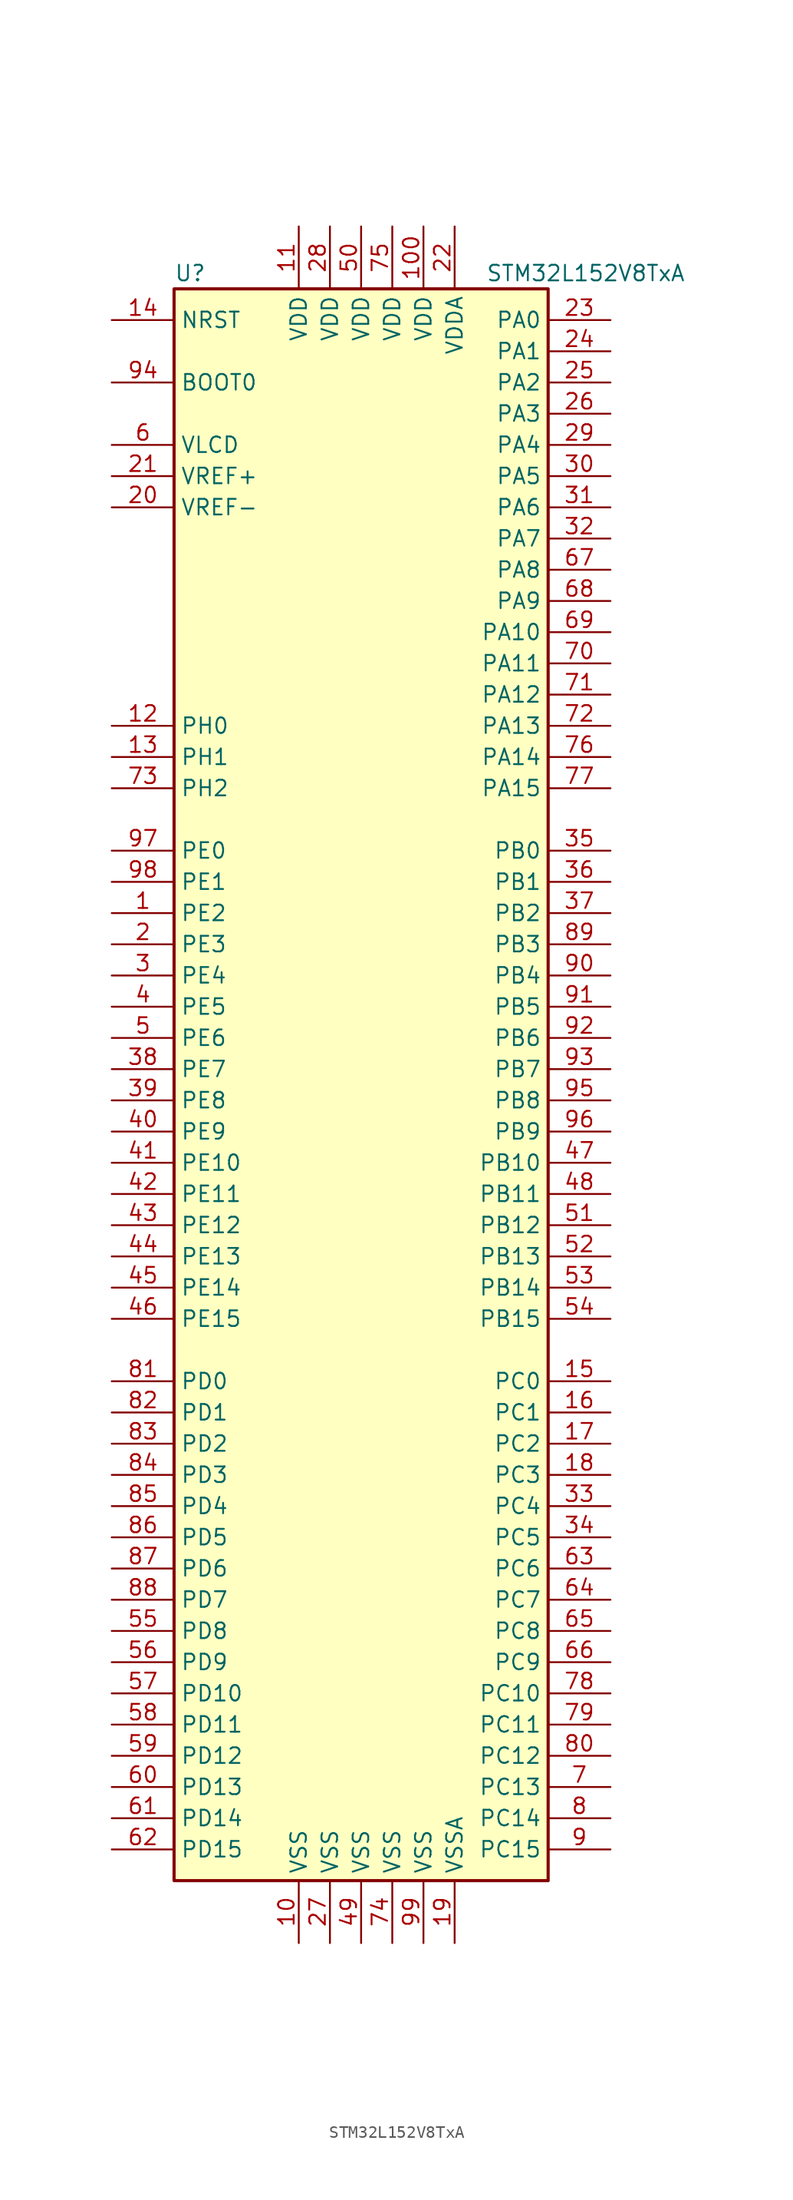
<source format=kicad_sym>
(kicad_symbol_lib
  (version 20201005)
  (generator kicad_symbol_editor)
  (symbol "STM32L152V8TxA"
    (property "Reference" "U"
      (at -15.24 64.77 0)
      (effects (font (size 1.27 1.27)) (justify left)))
    (property "Value" "STM32L152V8TxA"
      (at 10.16 64.77 0)
      (effects (font (size 1.27 1.27)) (justify left)))
    (symbol "STM32L152V8TxA_0_1"
      (rectangle (start -15.24 -66.04) (end 15.24 63.5) (stroke (width 0.254)) (fill (type background))))
    (symbol "STM32L152V8TxA_1_1"
      (pin input line (at -20.32 55.88 0) (length 5.08) (name "BOOT0" (effects (font (size 1.27 1.27)))) (number "94" (effects (font (size 1.27 1.27)))))
      (pin input line (at -20.32 60.96 0) (length 5.08) (name "NRST" (effects (font (size 1.27 1.27)))) (number "14" (effects (font (size 1.27 1.27)))))
      (pin bidirectional line (at 20.32 60.96 180) (length 5.08) (name "PA0" (effects (font (size 1.27 1.27)))) (number "23" (effects (font (size 1.27 1.27)))))
      (pin bidirectional line (at 20.32 58.42 180) (length 5.08) (name "PA1" (effects (font (size 1.27 1.27)))) (number "24" (effects (font (size 1.27 1.27)))))
      (pin bidirectional line (at 20.32 35.56 180) (length 5.08) (name "PA10" (effects (font (size 1.27 1.27)))) (number "69" (effects (font (size 1.27 1.27)))))
      (pin bidirectional line (at 20.32 33.02 180) (length 5.08) (name "PA11" (effects (font (size 1.27 1.27)))) (number "70" (effects (font (size 1.27 1.27)))))
      (pin bidirectional line (at 20.32 30.48 180) (length 5.08) (name "PA12" (effects (font (size 1.27 1.27)))) (number "71" (effects (font (size 1.27 1.27)))))
      (pin bidirectional line (at 20.32 27.94 180) (length 5.08) (name "PA13" (effects (font (size 1.27 1.27)))) (number "72" (effects (font (size 1.27 1.27)))))
      (pin bidirectional line (at 20.32 25.4 180) (length 5.08) (name "PA14" (effects (font (size 1.27 1.27)))) (number "76" (effects (font (size 1.27 1.27)))))
      (pin bidirectional line (at 20.32 22.86 180) (length 5.08) (name "PA15" (effects (font (size 1.27 1.27)))) (number "77" (effects (font (size 1.27 1.27)))))
      (pin bidirectional line (at 20.32 55.88 180) (length 5.08) (name "PA2" (effects (font (size 1.27 1.27)))) (number "25" (effects (font (size 1.27 1.27)))))
      (pin bidirectional line (at 20.32 53.34 180) (length 5.08) (name "PA3" (effects (font (size 1.27 1.27)))) (number "26" (effects (font (size 1.27 1.27)))))
      (pin bidirectional line (at 20.32 50.8 180) (length 5.08) (name "PA4" (effects (font (size 1.27 1.27)))) (number "29" (effects (font (size 1.27 1.27)))))
      (pin bidirectional line (at 20.32 48.26 180) (length 5.08) (name "PA5" (effects (font (size 1.27 1.27)))) (number "30" (effects (font (size 1.27 1.27)))))
      (pin bidirectional line (at 20.32 45.72 180) (length 5.08) (name "PA6" (effects (font (size 1.27 1.27)))) (number "31" (effects (font (size 1.27 1.27)))))
      (pin bidirectional line (at 20.32 43.18 180) (length 5.08) (name "PA7" (effects (font (size 1.27 1.27)))) (number "32" (effects (font (size 1.27 1.27)))))
      (pin bidirectional line (at 20.32 40.64 180) (length 5.08) (name "PA8" (effects (font (size 1.27 1.27)))) (number "67" (effects (font (size 1.27 1.27)))))
      (pin bidirectional line (at 20.32 38.1 180) (length 5.08) (name "PA9" (effects (font (size 1.27 1.27)))) (number "68" (effects (font (size 1.27 1.27)))))
      (pin bidirectional line (at 20.32 17.78 180) (length 5.08) (name "PB0" (effects (font (size 1.27 1.27)))) (number "35" (effects (font (size 1.27 1.27)))))
      (pin bidirectional line (at 20.32 15.24 180) (length 5.08) (name "PB1" (effects (font (size 1.27 1.27)))) (number "36" (effects (font (size 1.27 1.27)))))
      (pin bidirectional line (at 20.32 -7.62 180) (length 5.08) (name "PB10" (effects (font (size 1.27 1.27)))) (number "47" (effects (font (size 1.27 1.27)))))
      (pin bidirectional line (at 20.32 -10.16 180) (length 5.08) (name "PB11" (effects (font (size 1.27 1.27)))) (number "48" (effects (font (size 1.27 1.27)))))
      (pin bidirectional line (at 20.32 -12.7 180) (length 5.08) (name "PB12" (effects (font (size 1.27 1.27)))) (number "51" (effects (font (size 1.27 1.27)))))
      (pin bidirectional line (at 20.32 -15.24 180) (length 5.08) (name "PB13" (effects (font (size 1.27 1.27)))) (number "52" (effects (font (size 1.27 1.27)))))
      (pin bidirectional line (at 20.32 -17.78 180) (length 5.08) (name "PB14" (effects (font (size 1.27 1.27)))) (number "53" (effects (font (size 1.27 1.27)))))
      (pin bidirectional line (at 20.32 -20.32 180) (length 5.08) (name "PB15" (effects (font (size 1.27 1.27)))) (number "54" (effects (font (size 1.27 1.27)))))
      (pin bidirectional line (at 20.32 12.7 180) (length 5.08) (name "PB2" (effects (font (size 1.27 1.27)))) (number "37" (effects (font (size 1.27 1.27)))))
      (pin bidirectional line (at 20.32 10.16 180) (length 5.08) (name "PB3" (effects (font (size 1.27 1.27)))) (number "89" (effects (font (size 1.27 1.27)))))
      (pin bidirectional line (at 20.32 7.62 180) (length 5.08) (name "PB4" (effects (font (size 1.27 1.27)))) (number "90" (effects (font (size 1.27 1.27)))))
      (pin bidirectional line (at 20.32 5.08 180) (length 5.08) (name "PB5" (effects (font (size 1.27 1.27)))) (number "91" (effects (font (size 1.27 1.27)))))
      (pin bidirectional line (at 20.32 2.54 180) (length 5.08) (name "PB6" (effects (font (size 1.27 1.27)))) (number "92" (effects (font (size 1.27 1.27)))))
      (pin bidirectional line (at 20.32 0 180) (length 5.08) (name "PB7" (effects (font (size 1.27 1.27)))) (number "93" (effects (font (size 1.27 1.27)))))
      (pin bidirectional line (at 20.32 -2.54 180) (length 5.08) (name "PB8" (effects (font (size 1.27 1.27)))) (number "95" (effects (font (size 1.27 1.27)))))
      (pin bidirectional line (at 20.32 -5.08 180) (length 5.08) (name "PB9" (effects (font (size 1.27 1.27)))) (number "96" (effects (font (size 1.27 1.27)))))
      (pin bidirectional line (at 20.32 -25.4 180) (length 5.08) (name "PC0" (effects (font (size 1.27 1.27)))) (number "15" (effects (font (size 1.27 1.27)))))
      (pin bidirectional line (at 20.32 -27.94 180) (length 5.08) (name "PC1" (effects (font (size 1.27 1.27)))) (number "16" (effects (font (size 1.27 1.27)))))
      (pin bidirectional line (at 20.32 -50.8 180) (length 5.08) (name "PC10" (effects (font (size 1.27 1.27)))) (number "78" (effects (font (size 1.27 1.27)))))
      (pin bidirectional line (at 20.32 -53.34 180) (length 5.08) (name "PC11" (effects (font (size 1.27 1.27)))) (number "79" (effects (font (size 1.27 1.27)))))
      (pin bidirectional line (at 20.32 -55.88 180) (length 5.08) (name "PC12" (effects (font (size 1.27 1.27)))) (number "80" (effects (font (size 1.27 1.27)))))
      (pin bidirectional line (at 20.32 -58.42 180) (length 5.08) (name "PC13" (effects (font (size 1.27 1.27)))) (number "7" (effects (font (size 1.27 1.27)))))
      (pin bidirectional line (at 20.32 -60.96 180) (length 5.08) (name "PC14" (effects (font (size 1.27 1.27)))) (number "8" (effects (font (size 1.27 1.27)))))
      (pin bidirectional line (at 20.32 -63.5 180) (length 5.08) (name "PC15" (effects (font (size 1.27 1.27)))) (number "9" (effects (font (size 1.27 1.27)))))
      (pin bidirectional line (at 20.32 -30.48 180) (length 5.08) (name "PC2" (effects (font (size 1.27 1.27)))) (number "17" (effects (font (size 1.27 1.27)))))
      (pin bidirectional line (at 20.32 -33.02 180) (length 5.08) (name "PC3" (effects (font (size 1.27 1.27)))) (number "18" (effects (font (size 1.27 1.27)))))
      (pin bidirectional line (at 20.32 -35.56 180) (length 5.08) (name "PC4" (effects (font (size 1.27 1.27)))) (number "33" (effects (font (size 1.27 1.27)))))
      (pin bidirectional line (at 20.32 -38.1 180) (length 5.08) (name "PC5" (effects (font (size 1.27 1.27)))) (number "34" (effects (font (size 1.27 1.27)))))
      (pin bidirectional line (at 20.32 -40.64 180) (length 5.08) (name "PC6" (effects (font (size 1.27 1.27)))) (number "63" (effects (font (size 1.27 1.27)))))
      (pin bidirectional line (at 20.32 -43.18 180) (length 5.08) (name "PC7" (effects (font (size 1.27 1.27)))) (number "64" (effects (font (size 1.27 1.27)))))
      (pin bidirectional line (at 20.32 -45.72 180) (length 5.08) (name "PC8" (effects (font (size 1.27 1.27)))) (number "65" (effects (font (size 1.27 1.27)))))
      (pin bidirectional line (at 20.32 -48.26 180) (length 5.08) (name "PC9" (effects (font (size 1.27 1.27)))) (number "66" (effects (font (size 1.27 1.27)))))
      (pin bidirectional line (at -20.32 -25.4 0) (length 5.08) (name "PD0" (effects (font (size 1.27 1.27)))) (number "81" (effects (font (size 1.27 1.27)))))
      (pin bidirectional line (at -20.32 -27.94 0) (length 5.08) (name "PD1" (effects (font (size 1.27 1.27)))) (number "82" (effects (font (size 1.27 1.27)))))
      (pin bidirectional line (at -20.32 -50.8 0) (length 5.08) (name "PD10" (effects (font (size 1.27 1.27)))) (number "57" (effects (font (size 1.27 1.27)))))
      (pin bidirectional line (at -20.32 -53.34 0) (length 5.08) (name "PD11" (effects (font (size 1.27 1.27)))) (number "58" (effects (font (size 1.27 1.27)))))
      (pin bidirectional line (at -20.32 -55.88 0) (length 5.08) (name "PD12" (effects (font (size 1.27 1.27)))) (number "59" (effects (font (size 1.27 1.27)))))
      (pin bidirectional line (at -20.32 -58.42 0) (length 5.08) (name "PD13" (effects (font (size 1.27 1.27)))) (number "60" (effects (font (size 1.27 1.27)))))
      (pin bidirectional line (at -20.32 -60.96 0) (length 5.08) (name "PD14" (effects (font (size 1.27 1.27)))) (number "61" (effects (font (size 1.27 1.27)))))
      (pin bidirectional line (at -20.32 -63.5 0) (length 5.08) (name "PD15" (effects (font (size 1.27 1.27)))) (number "62" (effects (font (size 1.27 1.27)))))
      (pin bidirectional line (at -20.32 -30.48 0) (length 5.08) (name "PD2" (effects (font (size 1.27 1.27)))) (number "83" (effects (font (size 1.27 1.27)))))
      (pin bidirectional line (at -20.32 -33.02 0) (length 5.08) (name "PD3" (effects (font (size 1.27 1.27)))) (number "84" (effects (font (size 1.27 1.27)))))
      (pin bidirectional line (at -20.32 -35.56 0) (length 5.08) (name "PD4" (effects (font (size 1.27 1.27)))) (number "85" (effects (font (size 1.27 1.27)))))
      (pin bidirectional line (at -20.32 -38.1 0) (length 5.08) (name "PD5" (effects (font (size 1.27 1.27)))) (number "86" (effects (font (size 1.27 1.27)))))
      (pin bidirectional line (at -20.32 -40.64 0) (length 5.08) (name "PD6" (effects (font (size 1.27 1.27)))) (number "87" (effects (font (size 1.27 1.27)))))
      (pin bidirectional line (at -20.32 -43.18 0) (length 5.08) (name "PD7" (effects (font (size 1.27 1.27)))) (number "88" (effects (font (size 1.27 1.27)))))
      (pin bidirectional line (at -20.32 -45.72 0) (length 5.08) (name "PD8" (effects (font (size 1.27 1.27)))) (number "55" (effects (font (size 1.27 1.27)))))
      (pin bidirectional line (at -20.32 -48.26 0) (length 5.08) (name "PD9" (effects (font (size 1.27 1.27)))) (number "56" (effects (font (size 1.27 1.27)))))
      (pin bidirectional line (at -20.32 17.78 0) (length 5.08) (name "PE0" (effects (font (size 1.27 1.27)))) (number "97" (effects (font (size 1.27 1.27)))))
      (pin bidirectional line (at -20.32 15.24 0) (length 5.08) (name "PE1" (effects (font (size 1.27 1.27)))) (number "98" (effects (font (size 1.27 1.27)))))
      (pin bidirectional line (at -20.32 -7.62 0) (length 5.08) (name "PE10" (effects (font (size 1.27 1.27)))) (number "41" (effects (font (size 1.27 1.27)))))
      (pin bidirectional line (at -20.32 -10.16 0) (length 5.08) (name "PE11" (effects (font (size 1.27 1.27)))) (number "42" (effects (font (size 1.27 1.27)))))
      (pin bidirectional line (at -20.32 -12.7 0) (length 5.08) (name "PE12" (effects (font (size 1.27 1.27)))) (number "43" (effects (font (size 1.27 1.27)))))
      (pin bidirectional line (at -20.32 -15.24 0) (length 5.08) (name "PE13" (effects (font (size 1.27 1.27)))) (number "44" (effects (font (size 1.27 1.27)))))
      (pin bidirectional line (at -20.32 -17.78 0) (length 5.08) (name "PE14" (effects (font (size 1.27 1.27)))) (number "45" (effects (font (size 1.27 1.27)))))
      (pin bidirectional line (at -20.32 -20.32 0) (length 5.08) (name "PE15" (effects (font (size 1.27 1.27)))) (number "46" (effects (font (size 1.27 1.27)))))
      (pin bidirectional line (at -20.32 12.7 0) (length 5.08) (name "PE2" (effects (font (size 1.27 1.27)))) (number "1" (effects (font (size 1.27 1.27)))))
      (pin bidirectional line (at -20.32 10.16 0) (length 5.08) (name "PE3" (effects (font (size 1.27 1.27)))) (number "2" (effects (font (size 1.27 1.27)))))
      (pin bidirectional line (at -20.32 7.62 0) (length 5.08) (name "PE4" (effects (font (size 1.27 1.27)))) (number "3" (effects (font (size 1.27 1.27)))))
      (pin bidirectional line (at -20.32 5.08 0) (length 5.08) (name "PE5" (effects (font (size 1.27 1.27)))) (number "4" (effects (font (size 1.27 1.27)))))
      (pin bidirectional line (at -20.32 2.54 0) (length 5.08) (name "PE6" (effects (font (size 1.27 1.27)))) (number "5" (effects (font (size 1.27 1.27)))))
      (pin bidirectional line (at -20.32 0 0) (length 5.08) (name "PE7" (effects (font (size 1.27 1.27)))) (number "38" (effects (font (size 1.27 1.27)))))
      (pin bidirectional line (at -20.32 -2.54 0) (length 5.08) (name "PE8" (effects (font (size 1.27 1.27)))) (number "39" (effects (font (size 1.27 1.27)))))
      (pin bidirectional line (at -20.32 -5.08 0) (length 5.08) (name "PE9" (effects (font (size 1.27 1.27)))) (number "40" (effects (font (size 1.27 1.27)))))
      (pin input line (at -20.32 27.94 0) (length 5.08) (name "PH0" (effects (font (size 1.27 1.27)))) (number "12" (effects (font (size 1.27 1.27)))))
      (pin input line (at -20.32 25.4 0) (length 5.08) (name "PH1" (effects (font (size 1.27 1.27)))) (number "13" (effects (font (size 1.27 1.27)))))
      (pin bidirectional line (at -20.32 22.86 0) (length 5.08) (name "PH2" (effects (font (size 1.27 1.27)))) (number "73" (effects (font (size 1.27 1.27)))))
      (pin power_in line (at 5.08 68.58 270) (length 5.08) (name "VDD" (effects (font (size 1.27 1.27)))) (number "100" (effects (font (size 1.27 1.27)))))
      (pin power_in line (at -5.08 68.58 270) (length 5.08) (name "VDD" (effects (font (size 1.27 1.27)))) (number "11" (effects (font (size 1.27 1.27)))))
      (pin power_in line (at -2.54 68.58 270) (length 5.08) (name "VDD" (effects (font (size 1.27 1.27)))) (number "28" (effects (font (size 1.27 1.27)))))
      (pin power_in line (at 0 68.58 270) (length 5.08) (name "VDD" (effects (font (size 1.27 1.27)))) (number "50" (effects (font (size 1.27 1.27)))))
      (pin power_in line (at 2.54 68.58 270) (length 5.08) (name "VDD" (effects (font (size 1.27 1.27)))) (number "75" (effects (font (size 1.27 1.27)))))
      (pin power_in line (at 7.62 68.58 270) (length 5.08) (name "VDDA" (effects (font (size 1.27 1.27)))) (number "22" (effects (font (size 1.27 1.27)))))
      (pin power_in line (at -20.32 50.8 0) (length 5.08) (name "VLCD" (effects (font (size 1.27 1.27)))) (number "6" (effects (font (size 1.27 1.27)))))
      (pin power_in line (at -20.32 48.26 0) (length 5.08) (name "VREF+" (effects (font (size 1.27 1.27)))) (number "21" (effects (font (size 1.27 1.27)))))
      (pin power_in line (at -20.32 45.72 0) (length 5.08) (name "VREF-" (effects (font (size 1.27 1.27)))) (number "20" (effects (font (size 1.27 1.27)))))
      (pin power_in line (at -5.08 -71.12 90) (length 5.08) (name "VSS" (effects (font (size 1.27 1.27)))) (number "10" (effects (font (size 1.27 1.27)))))
      (pin power_in line (at -2.54 -71.12 90) (length 5.08) (name "VSS" (effects (font (size 1.27 1.27)))) (number "27" (effects (font (size 1.27 1.27)))))
      (pin power_in line (at 0 -71.12 90) (length 5.08) (name "VSS" (effects (font (size 1.27 1.27)))) (number "49" (effects (font (size 1.27 1.27)))))
      (pin power_in line (at 2.54 -71.12 90) (length 5.08) (name "VSS" (effects (font (size 1.27 1.27)))) (number "74" (effects (font (size 1.27 1.27)))))
      (pin power_in line (at 5.08 -71.12 90) (length 5.08) (name "VSS" (effects (font (size 1.27 1.27)))) (number "99" (effects (font (size 1.27 1.27)))))
      (pin power_in line (at 7.62 -71.12 90) (length 5.08) (name "VSSA" (effects (font (size 1.27 1.27)))) (number "19" (effects (font (size 1.27 1.27))))))))
</source>
